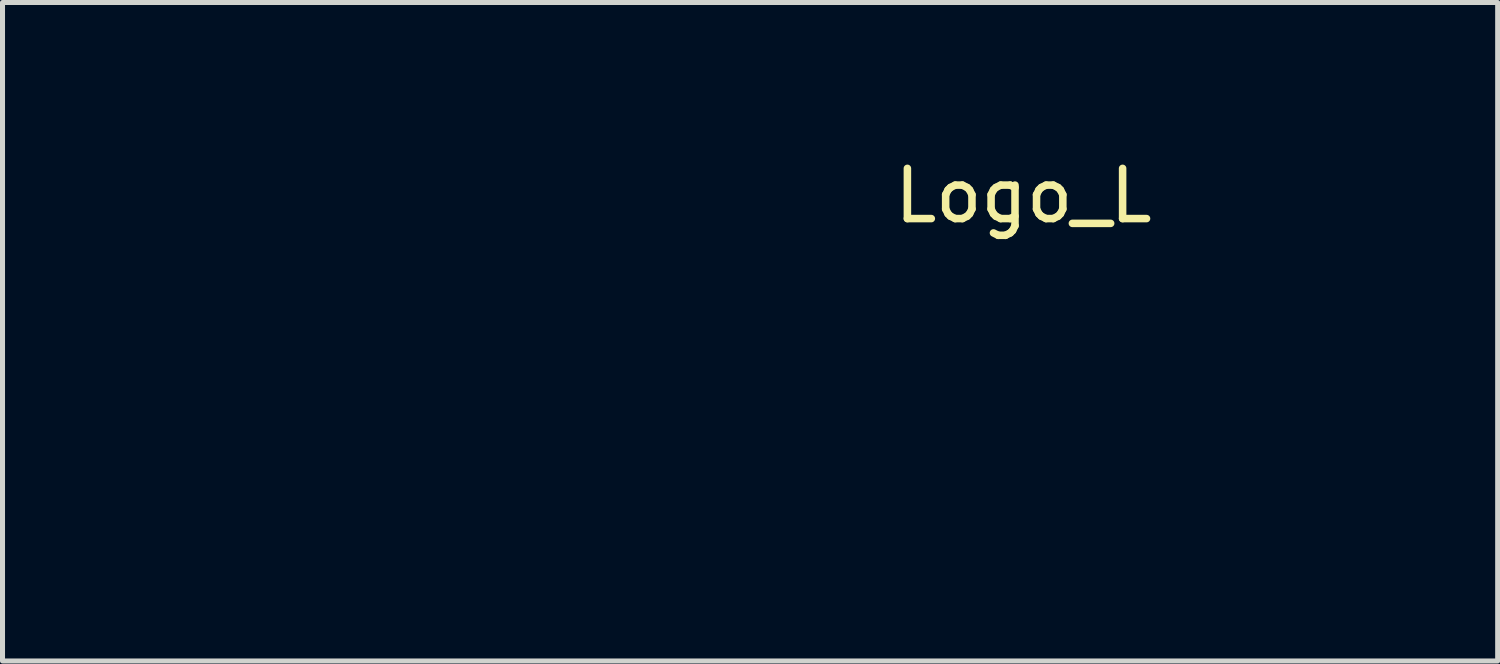
<source format=kicad_pcb>
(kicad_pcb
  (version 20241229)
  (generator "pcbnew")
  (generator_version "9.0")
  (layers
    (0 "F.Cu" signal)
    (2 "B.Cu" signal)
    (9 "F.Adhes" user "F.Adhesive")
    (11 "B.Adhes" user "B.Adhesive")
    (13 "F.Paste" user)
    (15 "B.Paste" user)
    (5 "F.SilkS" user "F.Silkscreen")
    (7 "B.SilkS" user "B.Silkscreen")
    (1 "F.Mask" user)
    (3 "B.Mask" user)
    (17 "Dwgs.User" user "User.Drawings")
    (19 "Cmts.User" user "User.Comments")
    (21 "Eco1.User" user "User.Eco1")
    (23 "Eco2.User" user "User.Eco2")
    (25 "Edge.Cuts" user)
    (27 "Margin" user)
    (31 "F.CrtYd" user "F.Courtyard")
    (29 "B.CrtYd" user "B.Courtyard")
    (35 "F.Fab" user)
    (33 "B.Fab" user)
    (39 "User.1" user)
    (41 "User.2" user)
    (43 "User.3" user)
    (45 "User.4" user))
  (footprint "Logo_L"
    (layer "F.Cu")
    (at 14.509 5.718)
    (property "Reference" "Logo_L" (at 2.82 -4.87 0) (layer "F.SilkS") (effects (font (size 1 1) (thickness 0.15))))
    (attr through_hole)
    (fp_line (start -14.384 0.254) (end 8.42 0.254) (stroke (width 0.25) (type solid)) (layer "F.Mask"))
    (fp_line (start -14.384 0.762) (end 8.77 0.762) (stroke (width 0.25) (type solid)) (layer "F.Mask"))
    (fp_line (start -14.384 1.27) (end 9.14 1.27) (stroke (width 0.25) (type solid)) (layer "F.Mask"))
    (fp_poly (pts (xy 3.824 -2.518) (xy 3.921 -2.518) (xy 4.004 -2.517) (xy 4.073 -2.517) (xy 4.131 -2.517) (xy 4.177 -2.516) (xy 4.213 -2.515) (xy 4.241 -2.514) (xy 4.261 -2.513) (xy 4.274 -2.511) (xy 4.283 -2.509) (xy 4.287 -2.507) (xy 4.289 -2.504) (xy 4.289 -2.503) (xy 4.288 -2.489) (xy 4.284 -2.463) (xy 4.279 -2.426) (xy 4.272 -2.382) (xy 4.268 -2.357) (xy 4.257 -2.294) (xy 4.247 -2.249) (xy 4.238 -2.22) (xy 4.232 -2.21) (xy 4.223 -2.2) (xy 4.204 -2.18) (xy 4.176 -2.15) (xy 4.14 -2.112) (xy 4.097 -2.066) (xy 4.05 -2.015) (xy 3.998 -1.96) (xy 3.961 -1.922) (xy 3.908 -1.865) (xy 3.858 -1.812) (xy 3.814 -1.764) (xy 3.775 -1.723) (xy 3.744 -1.689) (xy 3.721 -1.663) (xy 3.708 -1.648) (xy 3.705 -1.645) (xy 3.713 -1.64) (xy 3.731 -1.633) (xy 3.744 -1.629) (xy 3.813 -1.605) (xy 3.88 -1.567) (xy 3.942 -1.52) (xy 3.994 -1.465) (xy 4.035 -1.406) (xy 4.042 -1.391) (xy 4.065 -1.34) (xy 4.08 -1.293) (xy 4.091 -1.246) (xy 4.096 -1.192) (xy 4.098 -1.128) (xy 4.098 -1.108) (xy 4.091 -0.98) (xy 4.071 -0.862) (xy 4.038 -0.756) (xy 3.992 -0.66) (xy 3.934 -0.575) (xy 3.863 -0.501) (xy 3.848 -0.489) (xy 3.804 -0.457) (xy 3.75 -0.426) (xy 3.692 -0.398) (xy 3.636 -0.376) (xy 3.616 -0.37) (xy 3.586 -0.365) (xy 3.543 -0.36) (xy 3.492 -0.357) (xy 3.435 -0.354) (xy 3.379 -0.353) (xy 3.326 -0.353) (xy 3.28 -0.355) (xy 3.247 -0.359) (xy 3.244 -0.36) (xy 3.149 -0.386) (xy 3.064 -0.425) (xy 3.033 -0.444) (xy 2.97 -0.494) (xy 2.922 -0.551) (xy 2.886 -0.617) (xy 2.863 -0.69) (xy 2.857 -0.724) (xy 2.853 -0.764) (xy 2.85 -0.805) (xy 2.85 -0.842) (xy 2.853 -0.87) (xy 2.855 -0.879) (xy 2.859 -0.883) (xy 2.867 -0.887) (xy 2.883 -0.889) (xy 2.907 -0.891) (xy 2.943 -0.892) (xy 2.991 -0.892) (xy 3.032 -0.892) (xy 3.204 -0.892) (xy 3.2 -0.856) (xy 3.201 -0.801) (xy 3.217 -0.752) (xy 3.247 -0.711) (xy 3.289 -0.679) (xy 3.341 -0.658) (xy 3.397 -0.648) (xy 3.469 -0.652) (xy 3.535 -0.67) (xy 3.594 -0.703) (xy 3.645 -0.75) (xy 3.686 -0.81) (xy 3.717 -0.882) (xy 3.718 -0.886) (xy 3.741 -0.975) (xy 3.752 -1.059) (xy 3.75 -1.136) (xy 3.737 -1.205) (xy 3.716 -1.259) (xy 3.697 -1.288) (xy 3.676 -1.31) (xy 3.65 -1.328) (xy 3.617 -1.341) (xy 3.575 -1.349) (xy 3.521 -1.355) (xy 3.454 -1.357) (xy 3.393 -1.358) (xy 3.238 -1.358) (xy 3.242 -1.377) (xy 3.245 -1.392) (xy 3.25 -1.42) (xy 3.256 -1.458) (xy 3.263 -1.502) (xy 3.266 -1.523) (xy 3.285 -1.65) (xy 3.492 -1.87) (xy 3.544 -1.924) (xy 3.594 -1.978) (xy 3.642 -2.028) (xy 3.685 -2.074) (xy 3.721 -2.112) (xy 3.75 -2.141) (xy 3.763 -2.156) (xy 3.828 -2.221) (xy 3.361 -2.221) (xy 3.345 -2.118) (xy 3.328 -2.014) (xy 3.051 -2.009) (xy 3.057 -2.046) (xy 3.059 -2.064) (xy 3.064 -2.096) (xy 3.071 -2.139) (xy 3.08 -2.191) (xy 3.089 -2.249) (xy 3.097 -2.3) (xy 3.132 -2.518) (xy 3.711 -2.518) (xy 3.824 -2.518)) (stroke (width 0.01) (type solid)) (fill yes) (layer "F.Mask"))
    (fp_poly (pts (xy 6.711 -2.538) (xy 6.77 -2.534) (xy 6.82 -2.529) (xy 6.846 -2.524) (xy 6.932 -2.497) (xy 7.009 -2.46) (xy 7.075 -2.412) (xy 7.129 -2.356) (xy 7.167 -2.293) (xy 7.196 -2.215) (xy 7.21 -2.132) (xy 7.208 -2.048) (xy 7.205 -2.025) (xy 7.2 -1.993) (xy 6.855 -1.993) (xy 6.855 -2.05) (xy 6.848 -2.11) (xy 6.83 -2.158) (xy 6.8 -2.195) (xy 6.797 -2.198) (xy 6.764 -2.22) (xy 6.725 -2.234) (xy 6.677 -2.241) (xy 6.635 -2.242) (xy 6.567 -2.236) (xy 6.509 -2.218) (xy 6.456 -2.187) (xy 6.41 -2.144) (xy 6.389 -2.118) (xy 6.371 -2.09) (xy 6.355 -2.058) (xy 6.341 -2.02) (xy 6.328 -1.972) (xy 6.315 -1.912) (xy 6.302 -1.84) (xy 6.296 -1.807) (xy 6.288 -1.759) (xy 6.281 -1.716) (xy 6.275 -1.683) (xy 6.272 -1.66) (xy 6.271 -1.652) (xy 6.278 -1.654) (xy 6.296 -1.661) (xy 6.319 -1.672) (xy 6.369 -1.692) (xy 6.421 -1.705) (xy 6.479 -1.712) (xy 6.54 -1.713) (xy 6.642 -1.706) (xy 6.736 -1.685) (xy 6.819 -1.651) (xy 6.892 -1.605) (xy 6.953 -1.548) (xy 7.003 -1.479) (xy 7.04 -1.401) (xy 7.063 -1.314) (xy 7.073 -1.218) (xy 7.071 -1.163) (xy 7.067 -1.119) (xy 7.061 -1.064) (xy 7.052 -1.003) (xy 7.041 -0.939) (xy 7.03 -0.877) (xy 7.018 -0.82) (xy 7.008 -0.772) (xy 6.998 -0.74) (xy 6.961 -0.651) (xy 6.909 -0.571) (xy 6.845 -0.5) (xy 6.77 -0.439) (xy 6.686 -0.39) (xy 6.593 -0.355) (xy 6.519 -0.338) (xy 6.469 -0.331) (xy 6.409 -0.327) (xy 6.346 -0.326) (xy 6.287 -0.328) (xy 6.236 -0.332) (xy 6.224 -0.334) (xy 6.16 -0.349) (xy 6.097 -0.37) (xy 6.04 -0.396) (xy 6.018 -0.409) (xy 5.953 -0.461) (xy 5.897 -0.525) (xy 5.854 -0.599) (xy 5.824 -0.678) (xy 5.817 -0.703) (xy 5.812 -0.73) (xy 5.808 -0.756) (xy 5.805 -0.783) (xy 5.804 -0.813) (xy 5.804 -0.845) (xy 5.804 -0.846) (xy 6.154 -0.846) (xy 6.154 -0.841) (xy 6.164 -0.774) (xy 6.187 -0.718) (xy 6.22 -0.674) (xy 6.264 -0.644) (xy 6.317 -0.626) (xy 6.38 -0.622) (xy 6.45 -0.633) (xy 6.515 -0.656) (xy 6.57 -0.691) (xy 6.616 -0.74) (xy 6.653 -0.804) (xy 6.669 -0.845) (xy 6.684 -0.9) (xy 6.698 -0.961) (xy 6.71 -1.027) (xy 6.719 -1.091) (xy 6.724 -1.15) (xy 6.725 -1.2) (xy 6.724 -1.218) (xy 6.713 -1.269) (xy 6.694 -1.318) (xy 6.669 -1.357) (xy 6.648 -1.378) (xy 6.606 -1.4) (xy 6.555 -1.412) (xy 6.496 -1.415) (xy 6.434 -1.407) (xy 6.374 -1.39) (xy 6.324 -1.364) (xy 6.278 -1.325) (xy 6.239 -1.278) (xy 6.212 -1.227) (xy 6.212 -1.227) (xy 6.199 -1.186) (xy 6.187 -1.134) (xy 6.176 -1.074) (xy 6.167 -1.01) (xy 6.159 -0.948) (xy 6.155 -0.892) (xy 6.154 -0.846) (xy 5.804 -0.846) (xy 5.806 -0.883) (xy 5.81 -0.927) (xy 5.816 -0.978) (xy 5.824 -1.038) (xy 5.834 -1.108) (xy 5.847 -1.19) (xy 5.862 -1.285) (xy 5.88 -1.394) (xy 5.898 -1.499) (xy 5.919 -1.624) (xy 5.938 -1.736) (xy 5.955 -1.835) (xy 5.971 -1.921) (xy 5.984 -1.992) (xy 5.995 -2.049) (xy 6.004 -2.09) (xy 6.011 -2.115) (xy 6.012 -2.118) (xy 6.053 -2.215) (xy 6.107 -2.301) (xy 6.172 -2.376) (xy 6.249 -2.437) (xy 6.337 -2.486) (xy 6.435 -2.522) (xy 6.44 -2.524) (xy 6.477 -2.531) (xy 6.528 -2.536) (xy 6.586 -2.539) (xy 6.649 -2.539) (xy 6.711 -2.538)) (stroke (width 0.01) (type solid)) (fill yes) (layer "F.Mask"))
    (fp_poly (pts (xy 4.848 -2.497) (xy 4.847 -2.486) (xy 4.845 -2.459) (xy 4.84 -2.418) (xy 4.834 -2.363) (xy 4.827 -2.297) (xy 4.818 -2.22) (xy 4.808 -2.133) (xy 4.798 -2.038) (xy 4.786 -1.936) (xy 4.774 -1.828) (xy 4.761 -1.715) (xy 4.759 -1.7) (xy 4.746 -1.587) (xy 4.734 -1.479) (xy 4.723 -1.377) (xy 4.712 -1.283) (xy 4.702 -1.196) (xy 4.694 -1.12) (xy 4.687 -1.054) (xy 4.681 -1) (xy 4.677 -0.959) (xy 4.674 -0.932) (xy 4.673 -0.921) (xy 4.673 -0.92) (xy 4.676 -0.928) (xy 4.682 -0.951) (xy 4.692 -0.987) (xy 4.706 -1.036) (xy 4.722 -1.097) (xy 4.741 -1.168) (xy 4.762 -1.247) (xy 4.785 -1.335) (xy 4.81 -1.428) (xy 4.836 -1.527) (xy 4.84 -1.542) (xy 4.855 -1.599) (xy 5.051 -1.599) (xy 5.056 -1.595) (xy 5.06 -1.599) (xy 5.056 -1.603) (xy 5.051 -1.599) (xy 4.855 -1.599) (xy 4.866 -1.642) (xy 4.891 -1.738) (xy 4.915 -1.829) (xy 4.937 -1.912) (xy 4.957 -1.988) (xy 4.974 -2.053) (xy 4.988 -2.108) (xy 4.999 -2.151) (xy 5.007 -2.179) (xy 5.011 -2.193) (xy 5.011 -2.194) (xy 5.018 -2.221) (xy 5.298 -2.221) (xy 5.293 -2.164) (xy 5.291 -2.139) (xy 5.288 -2.1) (xy 5.285 -2.05) (xy 5.28 -1.989) (xy 5.276 -1.919) (xy 5.271 -1.842) (xy 5.265 -1.76) (xy 5.26 -1.674) (xy 5.254 -1.585) (xy 5.249 -1.496) (xy 5.243 -1.408) (xy 5.238 -1.322) (xy 5.233 -1.24) (xy 5.228 -1.165) (xy 5.224 -1.096) (xy 5.22 -1.037) (xy 5.218 -0.988) (xy 5.216 -0.951) (xy 5.215 -0.928) (xy 5.215 -0.921) (xy 5.217 -0.929) (xy 5.222 -0.952) (xy 5.231 -0.989) (xy 5.242 -1.04) (xy 5.255 -1.102) (xy 5.271 -1.176) (xy 5.289 -1.259) (xy 5.309 -1.351) (xy 5.331 -1.45) (xy 5.353 -1.556) (xy 5.377 -1.667) (xy 5.385 -1.703) (xy 5.409 -1.816) (xy 5.432 -1.924) (xy 5.454 -2.027) (xy 5.474 -2.123) (xy 5.493 -2.21) (xy 5.51 -2.289) (xy 5.524 -2.357) (xy 5.537 -2.413) (xy 5.546 -2.457) (xy 5.553 -2.487) (xy 5.556 -2.502) (xy 5.556 -2.503) (xy 5.559 -2.508) (xy 5.566 -2.512) (xy 5.578 -2.515) (xy 5.599 -2.516) (xy 5.631 -2.517) (xy 5.675 -2.518) (xy 5.721 -2.518) (xy 5.771 -2.517) (xy 5.814 -2.517) (xy 5.849 -2.515) (xy 5.872 -2.513) (xy 5.881 -2.511) (xy 5.881 -2.511) (xy 5.879 -2.503) (xy 5.872 -2.478) (xy 5.862 -2.44) (xy 5.847 -2.388) (xy 5.829 -2.324) (xy 5.808 -2.248) (xy 5.784 -2.161) (xy 5.757 -2.065) (xy 5.727 -1.961) (xy 5.696 -1.848) (xy 5.662 -1.729) (xy 5.627 -1.604) (xy 5.59 -1.475) (xy 5.578 -1.43) (xy 5.275 -0.354) (xy 5.132 -0.352) (xy 4.99 -0.35) (xy 4.996 -0.424) (xy 4.998 -0.458) (xy 5.001 -0.505) (xy 5.004 -0.563) (xy 5.007 -0.63) (xy 5.011 -0.704) (xy 5.015 -0.784) (xy 5.02 -0.868) (xy 5.024 -0.954) (xy 5.028 -1.041) (xy 5.032 -1.126) (xy 5.036 -1.208) (xy 5.04 -1.285) (xy 5.043 -1.356) (xy 5.045 -1.419) (xy 5.047 -1.471) (xy 5.049 -1.512) (xy 5.05 -1.539) (xy 5.05 -1.55) (xy 5.048 -1.551) (xy 5.042 -1.538) (xy 5.033 -1.512) (xy 5.02 -1.472) (xy 5.004 -1.418) (xy 4.984 -1.35) (xy 4.96 -1.266) (xy 4.932 -1.167) (xy 4.899 -1.052) (xy 4.884 -0.997) (xy 4.857 -0.9) (xy 4.831 -0.807) (xy 4.806 -0.72) (xy 4.784 -0.64) (xy 4.764 -0.568) (xy 4.747 -0.506) (xy 4.732 -0.454) (xy 4.721 -0.416) (xy 4.715 -0.391) (xy 4.712 -0.382) (xy 4.703 -0.35) (xy 4.564 -0.35) (xy 4.518 -0.351) (xy 4.478 -0.351) (xy 4.447 -0.352) (xy 4.429 -0.354) (xy 4.425 -0.355) (xy 4.425 -0.366) (xy 4.426 -0.393) (xy 4.428 -0.433) (xy 4.431 -0.487) (xy 4.434 -0.552) (xy 4.438 -0.628) (xy 4.442 -0.712) (xy 4.446 -0.803) (xy 4.451 -0.9) (xy 4.456 -1.002) (xy 4.461 -1.107) (xy 4.466 -1.214) (xy 4.472 -1.322) (xy 4.477 -1.429) (xy 4.482 -1.533) (xy 4.487 -1.634) (xy 4.492 -1.73) (xy 4.496 -1.82) (xy 4.5 -1.902) (xy 4.504 -1.975) (xy 4.507 -2.038) (xy 4.51 -2.089) (xy 4.512 -2.126) (xy 4.513 -2.149) (xy 4.514 -2.156) (xy 4.518 -2.221) (xy 4.408 -2.221) (xy 4.408 -2.518) (xy 4.848 -2.518) (xy 4.848 -2.497)) (stroke (width 0.01) (type solid)) (fill yes) (layer "F.Mask")))
  (gr_rect
    (start -3 -3)
    (end 26.774 10.113)
    (stroke (width 0.1) (type default))
    (fill no)
    (layer "Edge.Cuts")))
</source>
